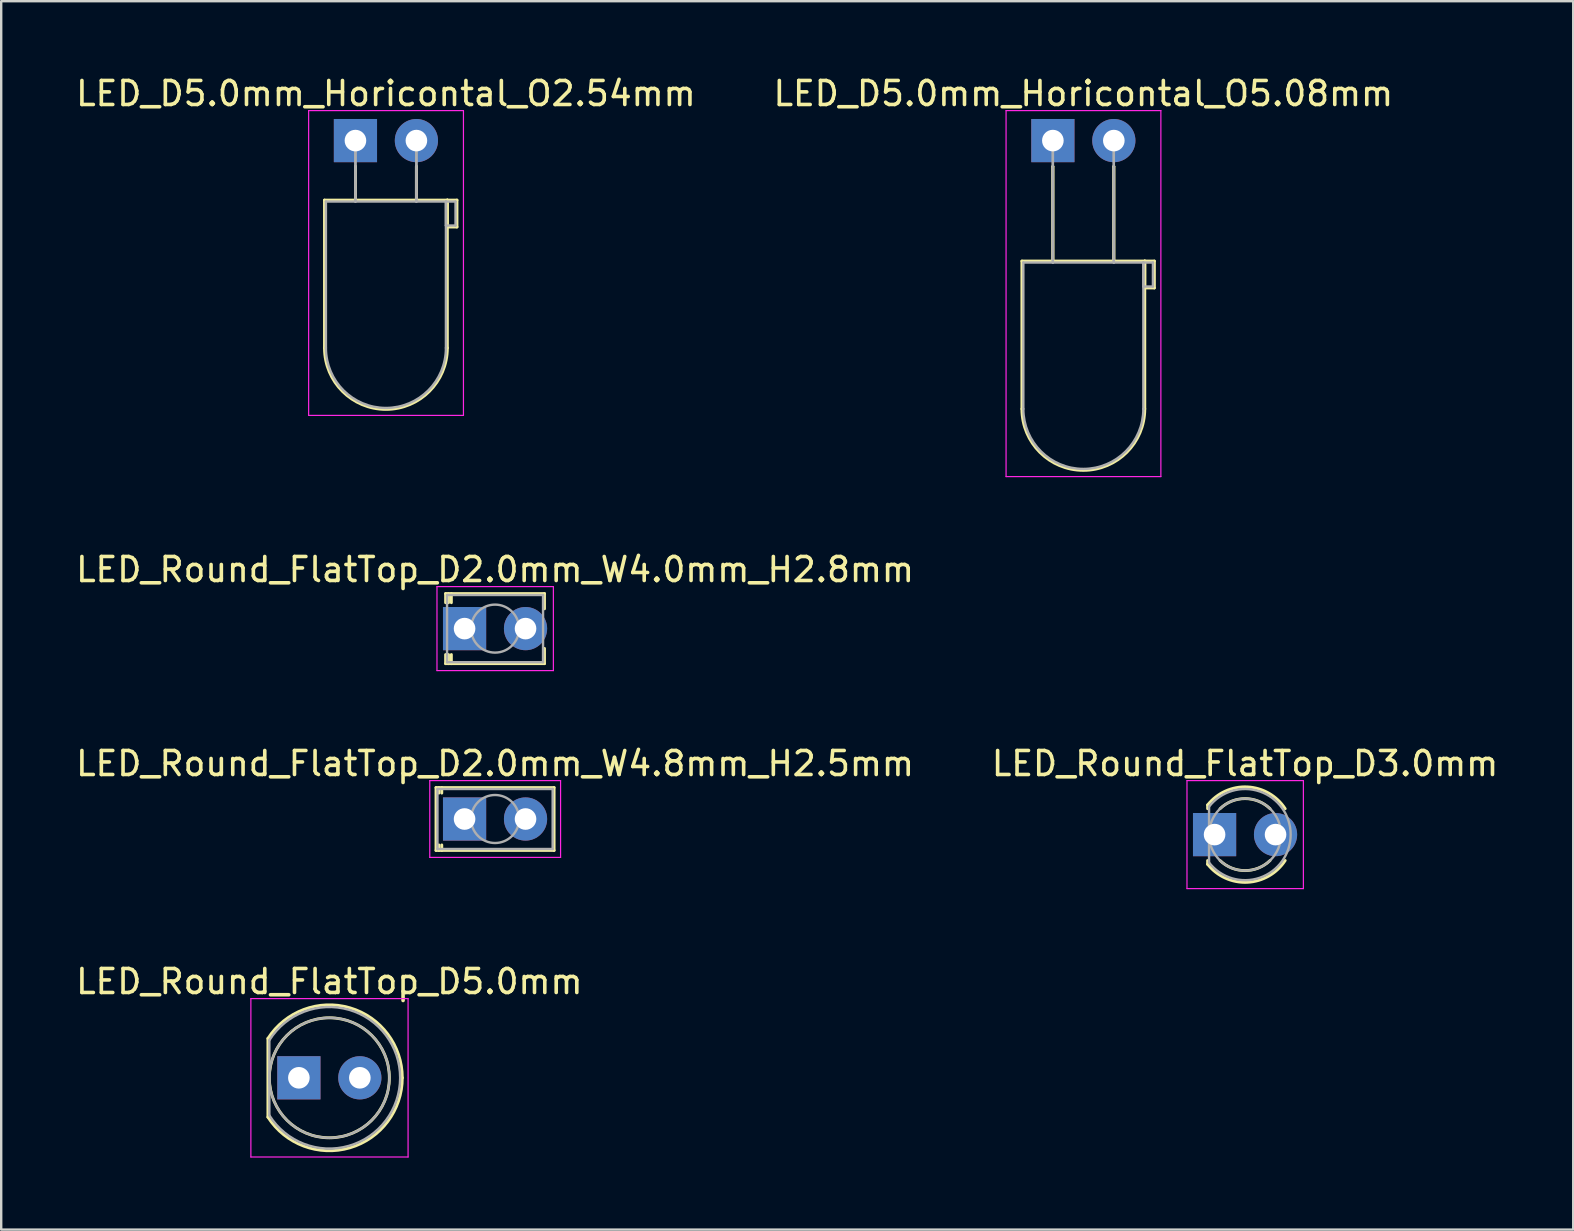
<source format=kicad_pcb>
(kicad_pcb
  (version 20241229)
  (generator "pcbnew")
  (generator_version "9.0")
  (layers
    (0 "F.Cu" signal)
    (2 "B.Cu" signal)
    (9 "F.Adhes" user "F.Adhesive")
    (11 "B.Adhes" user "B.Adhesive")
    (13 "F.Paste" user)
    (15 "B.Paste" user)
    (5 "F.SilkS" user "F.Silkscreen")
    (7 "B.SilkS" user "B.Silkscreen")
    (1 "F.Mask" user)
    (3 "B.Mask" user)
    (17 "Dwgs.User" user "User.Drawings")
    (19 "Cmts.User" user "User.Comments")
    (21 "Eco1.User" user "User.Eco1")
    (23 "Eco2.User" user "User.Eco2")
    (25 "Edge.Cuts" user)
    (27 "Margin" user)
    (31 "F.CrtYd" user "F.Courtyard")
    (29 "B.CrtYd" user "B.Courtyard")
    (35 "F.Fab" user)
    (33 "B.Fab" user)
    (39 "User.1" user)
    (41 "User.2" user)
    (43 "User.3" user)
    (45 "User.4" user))
  (footprint "LED_Round_FlatTop_D3.0mm"
    (layer "F.Cu")
    (at 47.557 31.725)
    (property "Reference" "LED_Round_FlatTop_D3.0mm" (at 1.27 -2.96 0) (layer "F.SilkS") (effects (font (size 1 1) (thickness 0.15))))
    (attr through_hole)
    (fp_line (start -0.29 -1.236) (end -0.29 -1.08) (stroke (width 0.12) (type solid)) (layer "F.SilkS"))
    (fp_line (start -0.29 1.08) (end -0.29 1.236) (stroke (width 0.12) (type solid)) (layer "F.SilkS"))
    (fp_arc (start -0.29 -1.235516) (mid 1.366487 -1.987659) (end 2.942335 -1.078608) (stroke (width 0.12) (type solid)) (layer "F.SilkS"))
    (fp_arc (start 0.229039 -1.08) (mid 1.270117 -1.5) (end 2.31113 -1.079837) (stroke (width 0.12) (type solid)) (layer "F.SilkS"))
    (fp_arc (start 2.31113 1.079837) (mid 1.270117 1.5) (end 0.229039 1.08) (stroke (width 0.12) (type solid)) (layer "F.SilkS"))
    (fp_arc (start 2.942335 1.078608) (mid 1.366487 1.987659) (end -0.29 1.235516) (stroke (width 0.12) (type solid)) (layer "F.SilkS"))
    (fp_line (start -1.15 -2.25) (end -1.15 2.25) (stroke (width 0.05) (type solid)) (layer "F.CrtYd"))
    (fp_line (start -1.15 2.25) (end 3.7 2.25) (stroke (width 0.05) (type solid)) (layer "F.CrtYd"))
    (fp_line (start 3.7 -2.25) (end -1.15 -2.25) (stroke (width 0.05) (type solid)) (layer "F.CrtYd"))
    (fp_line (start 3.7 2.25) (end 3.7 -2.25) (stroke (width 0.05) (type solid)) (layer "F.CrtYd"))
    (fp_line (start -0.23 -1.166) (end -0.23 1.166) (stroke (width 0.1) (type solid)) (layer "F.Fab"))
    (fp_arc (start -0.23 -1.16619) (mid 3.17 0.000452) (end -0.230555 1.165476) (stroke (width 0.1) (type solid)) (layer "F.Fab"))
    (fp_circle (center 1.27 0) (end 2.77 0) (stroke (width 0.1) (type solid)) (fill no) (layer "F.Fab"))
    (pad "1" thru_hole rect (at 0 0) (size 1.8 1.8) (drill 0.9) (layers "*.Cu" "*.Mask"))
    (pad "2" thru_hole circle (at 2.54 0) (size 1.8 1.8) (drill 0.9) (layers "*.Cu" "*.Mask")))
  (footprint "LED_D5.0mm_Horicontal_O2.54mm"
    (layer "F.Cu")
    (at 11.76 2.808)
    (property "Reference" "LED_D5.0mm_Horicontal_O2.54mm" (at 1.27 -1.96 0) (layer "F.SilkS") (effects (font (size 1 1) (thickness 0.15))))
    (attr through_hole)
    (fp_line (start -1.29 2.48) (end -1.29 8.64) (stroke (width 0.12) (type solid)) (layer "F.SilkS"))
    (fp_line (start -1.29 2.48) (end 3.83 2.48) (stroke (width 0.12) (type solid)) (layer "F.SilkS"))
    (fp_line (start 0 1.08) (end 0 1.08) (stroke (width 0.12) (type solid)) (layer "F.SilkS"))
    (fp_line (start 0 1.08) (end 0 2.48) (stroke (width 0.12) (type solid)) (layer "F.SilkS"))
    (fp_line (start 0 2.48) (end 0 1.08) (stroke (width 0.12) (type solid)) (layer "F.SilkS"))
    (fp_line (start 0 2.48) (end 0 2.48) (stroke (width 0.12) (type solid)) (layer "F.SilkS"))
    (fp_line (start 2.54 1.08) (end 2.54 1.08) (stroke (width 0.12) (type solid)) (layer "F.SilkS"))
    (fp_line (start 2.54 1.08) (end 2.54 2.48) (stroke (width 0.12) (type solid)) (layer "F.SilkS"))
    (fp_line (start 2.54 2.48) (end 2.54 1.08) (stroke (width 0.12) (type solid)) (layer "F.SilkS"))
    (fp_line (start 2.54 2.48) (end 2.54 2.48) (stroke (width 0.12) (type solid)) (layer "F.SilkS"))
    (fp_line (start 3.83 2.48) (end 3.83 8.64) (stroke (width 0.12) (type solid)) (layer "F.SilkS"))
    (fp_line (start 3.83 2.48) (end 4.23 2.48) (stroke (width 0.12) (type solid)) (layer "F.SilkS"))
    (fp_line (start 3.83 3.6) (end 3.83 2.48) (stroke (width 0.12) (type solid)) (layer "F.SilkS"))
    (fp_line (start 4.23 2.48) (end 4.23 3.6) (stroke (width 0.12) (type solid)) (layer "F.SilkS"))
    (fp_line (start 4.23 3.6) (end 3.83 3.6) (stroke (width 0.12) (type solid)) (layer "F.SilkS"))
    (fp_arc (start 3.83 8.64) (mid 1.27 11.2) (end -1.29 8.64) (stroke (width 0.12) (type solid)) (layer "F.SilkS"))
    (fp_line (start -1.95 -1.25) (end -1.95 11.45) (stroke (width 0.05) (type solid)) (layer "F.CrtYd"))
    (fp_line (start -1.95 11.45) (end 4.5 11.45) (stroke (width 0.05) (type solid)) (layer "F.CrtYd"))
    (fp_line (start 4.5 -1.25) (end -1.95 -1.25) (stroke (width 0.05) (type solid)) (layer "F.CrtYd"))
    (fp_line (start 4.5 11.45) (end 4.5 -1.25) (stroke (width 0.05) (type solid)) (layer "F.CrtYd"))
    (fp_line (start -1.23 2.54) (end -1.23 8.64) (stroke (width 0.1) (type solid)) (layer "F.Fab"))
    (fp_line (start -1.23 2.54) (end 3.77 2.54) (stroke (width 0.1) (type solid)) (layer "F.Fab"))
    (fp_line (start 0 0) (end 0 0) (stroke (width 0.1) (type solid)) (layer "F.Fab"))
    (fp_line (start 0 0) (end 0 2.54) (stroke (width 0.1) (type solid)) (layer "F.Fab"))
    (fp_line (start 0 2.54) (end 0 0) (stroke (width 0.1) (type solid)) (layer "F.Fab"))
    (fp_line (start 0 2.54) (end 0 2.54) (stroke (width 0.1) (type solid)) (layer "F.Fab"))
    (fp_line (start 2.54 0) (end 2.54 0) (stroke (width 0.1) (type solid)) (layer "F.Fab"))
    (fp_line (start 2.54 0) (end 2.54 2.54) (stroke (width 0.1) (type solid)) (layer "F.Fab"))
    (fp_line (start 2.54 2.54) (end 2.54 0) (stroke (width 0.1) (type solid)) (layer "F.Fab"))
    (fp_line (start 2.54 2.54) (end 2.54 2.54) (stroke (width 0.1) (type solid)) (layer "F.Fab"))
    (fp_line (start 3.77 2.54) (end 3.77 8.64) (stroke (width 0.1) (type solid)) (layer "F.Fab"))
    (fp_line (start 3.77 2.54) (end 4.17 2.54) (stroke (width 0.1) (type solid)) (layer "F.Fab"))
    (fp_line (start 3.77 3.54) (end 3.77 2.54) (stroke (width 0.1) (type solid)) (layer "F.Fab"))
    (fp_line (start 4.17 2.54) (end 4.17 3.54) (stroke (width 0.1) (type solid)) (layer "F.Fab"))
    (fp_line (start 4.17 3.54) (end 3.77 3.54) (stroke (width 0.1) (type solid)) (layer "F.Fab"))
    (fp_arc (start 3.77 8.64) (mid 1.27 11.14) (end -1.23 8.64) (stroke (width 0.1) (type solid)) (layer "F.Fab"))
    (pad "1" thru_hole rect (at 0 0) (size 1.8 1.8) (drill 0.9) (layers "*.Cu" "*.Mask"))
    (pad "2" thru_hole circle (at 2.54 0) (size 1.8 1.8) (drill 0.9) (layers "*.Cu" "*.Mask")))
  (footprint "LED_Round_FlatTop_D5.0mm"
    (layer "F.Cu")
    (at 9.403 41.858)
    (property "Reference" "LED_Round_FlatTop_D5.0mm" (at 1.27 -4.01 0) (layer "F.SilkS") (effects (font (size 1 1) (thickness 0.15))))
    (attr through_hole)
    (fp_line (start -1.29 -1.64) (end -1.29 1.64) (stroke (width 0.12) (type solid)) (layer "F.SilkS"))
    (fp_arc (start -1.29 -1.639512) (mid 2.125106 -2.917258) (end 4.309999 0.001958) (stroke (width 0.12) (type solid)) (layer "F.SilkS"))
    (fp_arc (start 4.309999 -0.001958) (mid 2.125106 2.917258) (end -1.29 1.639512) (stroke (width 0.12) (type solid)) (layer "F.SilkS"))
    (fp_circle (center 1.27 0) (end 3.77 0) (stroke (width 0.12) (type solid)) (fill no) (layer "F.SilkS"))
    (fp_line (start -2 -3.3) (end -2 3.3) (stroke (width 0.05) (type solid)) (layer "F.CrtYd"))
    (fp_line (start -2 3.3) (end 4.55 3.3) (stroke (width 0.05) (type solid)) (layer "F.CrtYd"))
    (fp_line (start 4.55 -3.3) (end -2 -3.3) (stroke (width 0.05) (type solid)) (layer "F.CrtYd"))
    (fp_line (start 4.55 3.3) (end 4.55 -3.3) (stroke (width 0.05) (type solid)) (layer "F.CrtYd"))
    (fp_line (start -1.23 -1.566) (end -1.23 1.566) (stroke (width 0.1) (type solid)) (layer "F.Fab"))
    (fp_arc (start -1.23 -1.566046) (mid 4.22 0.00071) (end -1.230753 1.564843) (stroke (width 0.1) (type solid)) (layer "F.Fab"))
    (fp_circle (center 1.27 0) (end 3.77 0) (stroke (width 0.1) (type solid)) (fill no) (layer "F.Fab"))
    (pad "1" thru_hole rect (at 0 0) (size 1.8 1.8) (drill 0.9) (layers "*.Cu" "*.Mask"))
    (pad "2" thru_hole circle (at 2.54 0) (size 1.8 1.8) (drill 0.9) (layers "*.Cu" "*.Mask")))
  (footprint "LED_Round_FlatTop_D2.0mm_W4.8mm_H2.5mm"
    (layer "F.Cu")
    (at 16.307 31.075)
    (property "Reference" "LED_Round_FlatTop_D2.0mm_W4.8mm_H2.5mm" (at 1.27 -2.31 0) (layer "F.SilkS") (effects (font (size 1 1) (thickness 0.15))))
    (attr through_hole)
    (fp_line (start -1.19 -1.31) (end -1.19 1.31) (stroke (width 0.12) (type solid)) (layer "F.SilkS"))
    (fp_line (start -1.19 -1.31) (end 3.73 -1.31) (stroke (width 0.12) (type solid)) (layer "F.SilkS"))
    (fp_line (start -1.19 1.31) (end 3.73 1.31) (stroke (width 0.12) (type solid)) (layer "F.SilkS"))
    (fp_line (start -1.07 -1.31) (end -1.07 -1.08) (stroke (width 0.12) (type solid)) (layer "F.SilkS"))
    (fp_line (start -1.07 1.08) (end -1.07 1.31) (stroke (width 0.12) (type solid)) (layer "F.SilkS"))
    (fp_line (start -0.95 -1.31) (end -0.95 -1.08) (stroke (width 0.12) (type solid)) (layer "F.SilkS"))
    (fp_line (start -0.95 1.08) (end -0.95 1.31) (stroke (width 0.12) (type solid)) (layer "F.SilkS"))
    (fp_line (start 3.73 -1.31) (end 3.73 1.31) (stroke (width 0.12) (type solid)) (layer "F.SilkS"))
    (fp_line (start -1.45 -1.6) (end -1.45 1.6) (stroke (width 0.05) (type solid)) (layer "F.CrtYd"))
    (fp_line (start -1.45 1.6) (end 4 1.6) (stroke (width 0.05) (type solid)) (layer "F.CrtYd"))
    (fp_line (start 4 -1.6) (end -1.45 -1.6) (stroke (width 0.05) (type solid)) (layer "F.CrtYd"))
    (fp_line (start 4 1.6) (end 4 -1.6) (stroke (width 0.05) (type solid)) (layer "F.CrtYd"))
    (fp_line (start -1.13 -1.25) (end -1.13 1.25) (stroke (width 0.1) (type solid)) (layer "F.Fab"))
    (fp_line (start -1.13 1.25) (end 3.67 1.25) (stroke (width 0.1) (type solid)) (layer "F.Fab"))
    (fp_line (start 3.67 -1.25) (end -1.13 -1.25) (stroke (width 0.1) (type solid)) (layer "F.Fab"))
    (fp_line (start 3.67 1.25) (end 3.67 -1.25) (stroke (width 0.1) (type solid)) (layer "F.Fab"))
    (fp_circle (center 1.27 0) (end 2.27 0) (stroke (width 0.1) (type solid)) (fill no) (layer "F.Fab"))
    (pad "1" thru_hole rect (at 0 0) (size 1.8 1.8) (drill 0.9) (layers "*.Cu" "*.Mask"))
    (pad "2" thru_hole circle (at 2.54 0) (size 1.8 1.8) (drill 0.9) (layers "*.Cu" "*.Mask")))
  (footprint "LED_D5.0mm_Horicontal_O5.08mm"
    (layer "F.Cu")
    (at 40.819 2.808)
    (property "Reference" "LED_D5.0mm_Horicontal_O5.08mm" (at 1.27 -1.96 0) (layer "F.SilkS") (effects (font (size 1 1) (thickness 0.15))))
    (attr through_hole)
    (fp_line (start -1.29 5.02) (end -1.29 11.18) (stroke (width 0.12) (type solid)) (layer "F.SilkS"))
    (fp_line (start -1.29 5.02) (end 3.83 5.02) (stroke (width 0.12) (type solid)) (layer "F.SilkS"))
    (fp_line (start 0 1.08) (end 0 1.08) (stroke (width 0.12) (type solid)) (layer "F.SilkS"))
    (fp_line (start 0 1.08) (end 0 5.02) (stroke (width 0.12) (type solid)) (layer "F.SilkS"))
    (fp_line (start 0 5.02) (end 0 1.08) (stroke (width 0.12) (type solid)) (layer "F.SilkS"))
    (fp_line (start 0 5.02) (end 0 5.02) (stroke (width 0.12) (type solid)) (layer "F.SilkS"))
    (fp_line (start 2.54 1.08) (end 2.54 1.08) (stroke (width 0.12) (type solid)) (layer "F.SilkS"))
    (fp_line (start 2.54 1.08) (end 2.54 5.02) (stroke (width 0.12) (type solid)) (layer "F.SilkS"))
    (fp_line (start 2.54 5.02) (end 2.54 1.08) (stroke (width 0.12) (type solid)) (layer "F.SilkS"))
    (fp_line (start 2.54 5.02) (end 2.54 5.02) (stroke (width 0.12) (type solid)) (layer "F.SilkS"))
    (fp_line (start 3.83 5.02) (end 3.83 11.18) (stroke (width 0.12) (type solid)) (layer "F.SilkS"))
    (fp_line (start 3.83 5.02) (end 4.23 5.02) (stroke (width 0.12) (type solid)) (layer "F.SilkS"))
    (fp_line (start 3.83 6.14) (end 3.83 5.02) (stroke (width 0.12) (type solid)) (layer "F.SilkS"))
    (fp_line (start 4.23 5.02) (end 4.23 6.14) (stroke (width 0.12) (type solid)) (layer "F.SilkS"))
    (fp_line (start 4.23 6.14) (end 3.83 6.14) (stroke (width 0.12) (type solid)) (layer "F.SilkS"))
    (fp_arc (start 3.83 11.18) (mid 1.27 13.74) (end -1.29 11.18) (stroke (width 0.12) (type solid)) (layer "F.SilkS"))
    (fp_line (start -1.95 -1.25) (end -1.95 14) (stroke (width 0.05) (type solid)) (layer "F.CrtYd"))
    (fp_line (start -1.95 14) (end 4.5 14) (stroke (width 0.05) (type solid)) (layer "F.CrtYd"))
    (fp_line (start 4.5 -1.25) (end -1.95 -1.25) (stroke (width 0.05) (type solid)) (layer "F.CrtYd"))
    (fp_line (start 4.5 14) (end 4.5 -1.25) (stroke (width 0.05) (type solid)) (layer "F.CrtYd"))
    (fp_line (start -1.23 5.08) (end -1.23 11.18) (stroke (width 0.1) (type solid)) (layer "F.Fab"))
    (fp_line (start -1.23 5.08) (end 3.77 5.08) (stroke (width 0.1) (type solid)) (layer "F.Fab"))
    (fp_line (start 0 0) (end 0 0) (stroke (width 0.1) (type solid)) (layer "F.Fab"))
    (fp_line (start 0 0) (end 0 5.08) (stroke (width 0.1) (type solid)) (layer "F.Fab"))
    (fp_line (start 0 5.08) (end 0 0) (stroke (width 0.1) (type solid)) (layer "F.Fab"))
    (fp_line (start 0 5.08) (end 0 5.08) (stroke (width 0.1) (type solid)) (layer "F.Fab"))
    (fp_line (start 2.54 0) (end 2.54 0) (stroke (width 0.1) (type solid)) (layer "F.Fab"))
    (fp_line (start 2.54 0) (end 2.54 5.08) (stroke (width 0.1) (type solid)) (layer "F.Fab"))
    (fp_line (start 2.54 5.08) (end 2.54 0) (stroke (width 0.1) (type solid)) (layer "F.Fab"))
    (fp_line (start 2.54 5.08) (end 2.54 5.08) (stroke (width 0.1) (type solid)) (layer "F.Fab"))
    (fp_line (start 3.77 5.08) (end 3.77 11.18) (stroke (width 0.1) (type solid)) (layer "F.Fab"))
    (fp_line (start 3.77 5.08) (end 4.17 5.08) (stroke (width 0.1) (type solid)) (layer "F.Fab"))
    (fp_line (start 3.77 6.08) (end 3.77 5.08) (stroke (width 0.1) (type solid)) (layer "F.Fab"))
    (fp_line (start 4.17 5.08) (end 4.17 6.08) (stroke (width 0.1) (type solid)) (layer "F.Fab"))
    (fp_line (start 4.17 6.08) (end 3.77 6.08) (stroke (width 0.1) (type solid)) (layer "F.Fab"))
    (fp_arc (start 3.77 11.18) (mid 1.27 13.68) (end -1.23 11.18) (stroke (width 0.1) (type solid)) (layer "F.Fab"))
    (pad "1" thru_hole rect (at 0 0) (size 1.8 1.8) (drill 0.9) (layers "*.Cu" "*.Mask"))
    (pad "2" thru_hole circle (at 2.54 0) (size 1.8 1.8) (drill 0.9) (layers "*.Cu" "*.Mask")))
  (footprint "LED_Round_FlatTop_D2.0mm_W4.0mm_H2.8mm"
    (layer "F.Cu")
    (at 16.307 23.142)
    (property "Reference" "LED_Round_FlatTop_D2.0mm_W4.0mm_H2.8mm" (at 1.27 -2.46 0) (layer "F.SilkS") (effects (font (size 1 1) (thickness 0.15))))
    (attr through_hole)
    (fp_line (start -0.79 -1.46) (end -0.79 -1.08) (stroke (width 0.12) (type solid)) (layer "F.SilkS"))
    (fp_line (start -0.79 -1.46) (end 3.33 -1.46) (stroke (width 0.12) (type solid)) (layer "F.SilkS"))
    (fp_line (start -0.79 1.08) (end -0.79 1.46) (stroke (width 0.12) (type solid)) (layer "F.SilkS"))
    (fp_line (start -0.79 1.46) (end 3.33 1.46) (stroke (width 0.12) (type solid)) (layer "F.SilkS"))
    (fp_line (start -0.67 -1.46) (end -0.67 -1.08) (stroke (width 0.12) (type solid)) (layer "F.SilkS"))
    (fp_line (start -0.67 1.08) (end -0.67 1.46) (stroke (width 0.12) (type solid)) (layer "F.SilkS"))
    (fp_line (start -0.55 -1.46) (end -0.55 -1.08) (stroke (width 0.12) (type solid)) (layer "F.SilkS"))
    (fp_line (start -0.55 1.08) (end -0.55 1.46) (stroke (width 0.12) (type solid)) (layer "F.SilkS"))
    (fp_line (start 3.33 -1.46) (end 3.33 -0.825) (stroke (width 0.12) (type solid)) (layer "F.SilkS"))
    (fp_line (start 3.33 0.825) (end 3.33 1.46) (stroke (width 0.12) (type solid)) (layer "F.SilkS"))
    (fp_line (start -1.15 -1.75) (end -1.15 1.75) (stroke (width 0.05) (type solid)) (layer "F.CrtYd"))
    (fp_line (start -1.15 1.75) (end 3.7 1.75) (stroke (width 0.05) (type solid)) (layer "F.CrtYd"))
    (fp_line (start 3.7 -1.75) (end -1.15 -1.75) (stroke (width 0.05) (type solid)) (layer "F.CrtYd"))
    (fp_line (start 3.7 1.75) (end 3.7 -1.75) (stroke (width 0.05) (type solid)) (layer "F.CrtYd"))
    (fp_line (start -0.73 -1.4) (end -0.73 1.4) (stroke (width 0.1) (type solid)) (layer "F.Fab"))
    (fp_line (start -0.73 1.4) (end 3.27 1.4) (stroke (width 0.1) (type solid)) (layer "F.Fab"))
    (fp_line (start 3.27 -1.4) (end -0.73 -1.4) (stroke (width 0.1) (type solid)) (layer "F.Fab"))
    (fp_line (start 3.27 1.4) (end 3.27 -1.4) (stroke (width 0.1) (type solid)) (layer "F.Fab"))
    (fp_circle (center 1.27 0) (end 2.27 0) (stroke (width 0.1) (type solid)) (fill no) (layer "F.Fab"))
    (pad "1" thru_hole rect (at 0 0) (size 1.8 1.8) (drill 0.9) (layers "*.Cu" "*.Mask"))
    (pad "2" thru_hole circle (at 2.54 0) (size 1.8 1.8) (drill 0.9) (layers "*.Cu" "*.Mask")))
  (gr_rect
    (start -3 -3)
    (end 62.5 48.183)
    (stroke (width 0.1) (type default))
    (fill no)
    (layer "Edge.Cuts")))
</source>
